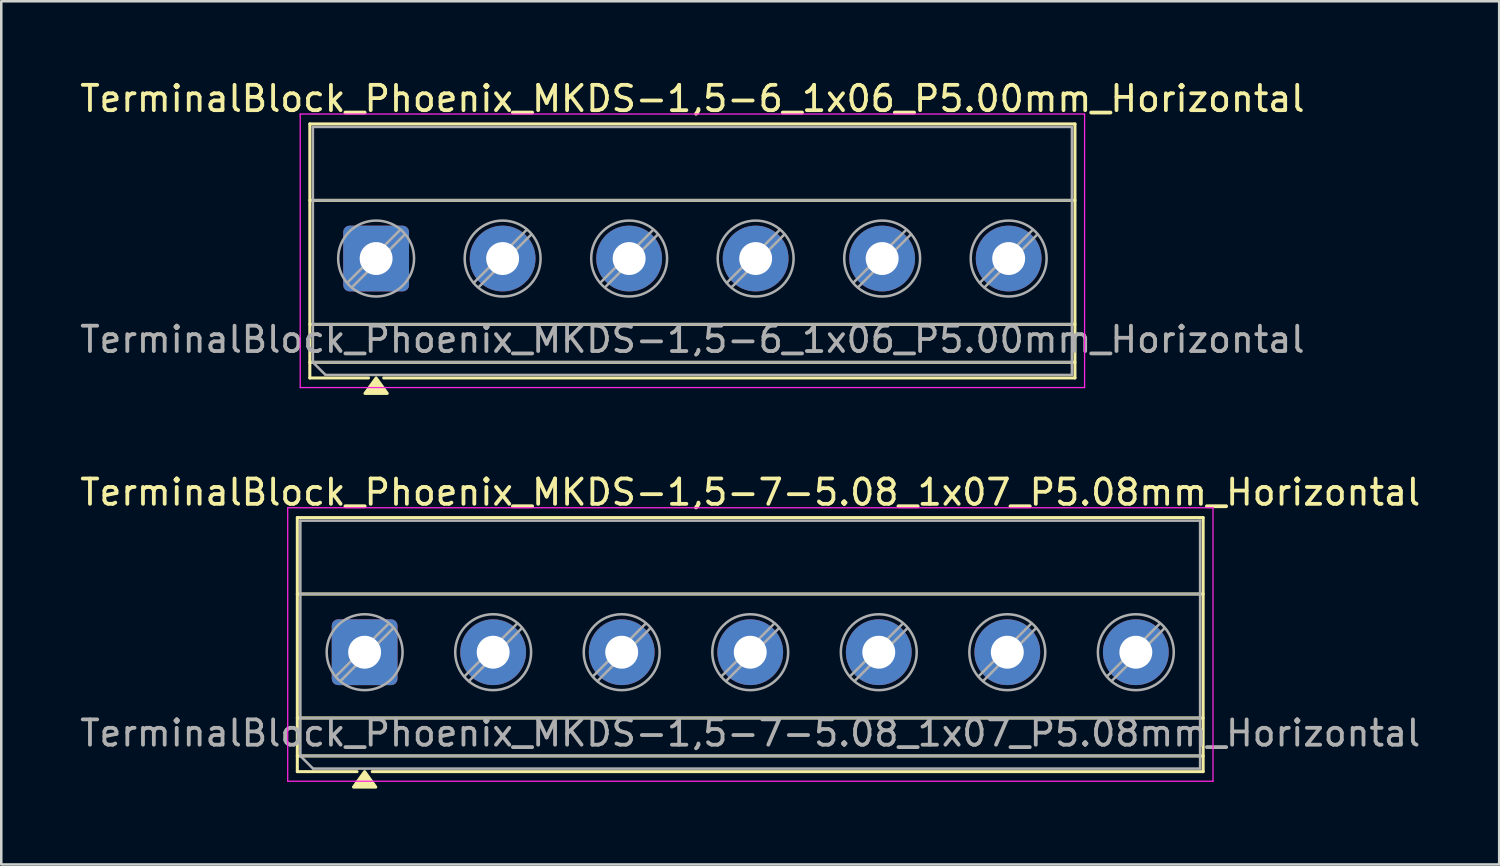
<source format=kicad_pcb>
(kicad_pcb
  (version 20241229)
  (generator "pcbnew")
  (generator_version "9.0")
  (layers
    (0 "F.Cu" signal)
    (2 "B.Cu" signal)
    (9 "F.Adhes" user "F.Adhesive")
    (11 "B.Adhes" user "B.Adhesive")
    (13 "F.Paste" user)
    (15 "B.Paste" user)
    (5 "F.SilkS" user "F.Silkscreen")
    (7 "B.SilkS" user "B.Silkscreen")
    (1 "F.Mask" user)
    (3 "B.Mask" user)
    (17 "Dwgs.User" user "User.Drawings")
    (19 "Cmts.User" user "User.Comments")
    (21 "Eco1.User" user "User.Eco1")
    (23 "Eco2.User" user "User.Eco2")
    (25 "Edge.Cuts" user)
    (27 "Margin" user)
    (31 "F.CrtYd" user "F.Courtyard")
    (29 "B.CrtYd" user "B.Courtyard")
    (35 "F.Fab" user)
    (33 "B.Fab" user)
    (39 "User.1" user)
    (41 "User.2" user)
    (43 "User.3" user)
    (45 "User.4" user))
  (footprint "TerminalBlock_Phoenix_MKDS-1,5-7-5.08_1x07_P5.08mm_Horizontal"
    (layer "F.Cu")
    (at 11.361 22.727)
    (property "Reference" "TerminalBlock_Phoenix_MKDS-1,5-7-5.08_1x07_P5.08mm_Horizontal" (at 15.24 -6.32 0) (layer "F.SilkS") (effects (font (size 1 1) (thickness 0.15))))
    (attr through_hole)
    (fp_line (start -2.66 -5.32) (end 33.14 -5.32) (stroke (width 0.12) (type solid)) (layer "F.SilkS"))
    (fp_line (start -2.66 -2.3) (end 33.14 -2.3) (stroke (width 0.12) (type solid)) (layer "F.SilkS"))
    (fp_line (start -2.66 2.6) (end 33.14 2.6) (stroke (width 0.12) (type solid)) (layer "F.SilkS"))
    (fp_line (start -2.66 4.1) (end 33.14 4.1) (stroke (width 0.12) (type solid)) (layer "F.SilkS"))
    (fp_line (start -2.66 4.72) (end -2.66 -5.32) (stroke (width 0.12) (type solid)) (layer "F.SilkS"))
    (fp_line (start -0.3 4.72) (end -2.66 4.72) (stroke (width 0.12) (type solid)) (layer "F.SilkS"))
    (fp_line (start 33.14 -5.32) (end 33.14 4.72) (stroke (width 0.12) (type solid)) (layer "F.SilkS"))
    (fp_line (start 33.14 4.72) (end 0.3 4.72) (stroke (width 0.12) (type solid)) (layer "F.SilkS"))
    (fp_poly (pts (xy 0 4.72) (xy 0.44 5.33) (xy -0.44 5.33)) (stroke (width 0.12) (type solid)) (fill yes) (layer "F.SilkS"))
    (fp_line (start -3.04 -5.71) (end -3.04 5.1) (stroke (width 0.05) (type solid)) (layer "F.CrtYd"))
    (fp_line (start -3.04 5.1) (end 33.53 5.1) (stroke (width 0.05) (type solid)) (layer "F.CrtYd"))
    (fp_line (start 33.53 -5.71) (end -3.04 -5.71) (stroke (width 0.05) (type solid)) (layer "F.CrtYd"))
    (fp_line (start 33.53 5.1) (end 33.53 -5.71) (stroke (width 0.05) (type solid)) (layer "F.CrtYd"))
    (fp_line (start -2.54 -5.2) (end 33.02 -5.2) (stroke (width 0.1) (type solid)) (layer "F.Fab"))
    (fp_line (start -2.54 -2.3) (end 33.02 -2.3) (stroke (width 0.1) (type solid)) (layer "F.Fab"))
    (fp_line (start -2.54 2.6) (end 33.02 2.6) (stroke (width 0.1) (type solid)) (layer "F.Fab"))
    (fp_line (start -2.54 4.1) (end -2.54 -5.2) (stroke (width 0.1) (type solid)) (layer "F.Fab"))
    (fp_line (start -2.54 4.1) (end 33.02 4.1) (stroke (width 0.1) (type solid)) (layer "F.Fab"))
    (fp_line (start -2.04 4.6) (end -2.54 4.1) (stroke (width 0.1) (type solid)) (layer "F.Fab"))
    (fp_line (start 0.955 -1.138) (end -1.138 0.955) (stroke (width 0.1) (type solid)) (layer "F.Fab"))
    (fp_line (start 1.138 -0.955) (end -0.955 1.138) (stroke (width 0.1) (type solid)) (layer "F.Fab"))
    (fp_line (start 6.035 -1.138) (end 3.942 0.955) (stroke (width 0.1) (type solid)) (layer "F.Fab"))
    (fp_line (start 6.218 -0.955) (end 4.125 1.138) (stroke (width 0.1) (type solid)) (layer "F.Fab"))
    (fp_line (start 11.115 -1.138) (end 9.022 0.955) (stroke (width 0.1) (type solid)) (layer "F.Fab"))
    (fp_line (start 11.298 -0.955) (end 9.205 1.138) (stroke (width 0.1) (type solid)) (layer "F.Fab"))
    (fp_line (start 16.195 -1.138) (end 14.102 0.955) (stroke (width 0.1) (type solid)) (layer "F.Fab"))
    (fp_line (start 16.378 -0.955) (end 14.285 1.138) (stroke (width 0.1) (type solid)) (layer "F.Fab"))
    (fp_line (start 21.275 -1.138) (end 19.182 0.955) (stroke (width 0.1) (type solid)) (layer "F.Fab"))
    (fp_line (start 21.458 -0.955) (end 19.365 1.138) (stroke (width 0.1) (type solid)) (layer "F.Fab"))
    (fp_line (start 26.355 -1.138) (end 24.262 0.955) (stroke (width 0.1) (type solid)) (layer "F.Fab"))
    (fp_line (start 26.538 -0.955) (end 24.445 1.138) (stroke (width 0.1) (type solid)) (layer "F.Fab"))
    (fp_line (start 31.435 -1.138) (end 29.342 0.955) (stroke (width 0.1) (type solid)) (layer "F.Fab"))
    (fp_line (start 31.618 -0.955) (end 29.525 1.138) (stroke (width 0.1) (type solid)) (layer "F.Fab"))
    (fp_line (start 33.02 -5.2) (end 33.02 4.6) (stroke (width 0.1) (type solid)) (layer "F.Fab"))
    (fp_line (start 33.02 4.6) (end -2.04 4.6) (stroke (width 0.1) (type solid)) (layer "F.Fab"))
    (fp_circle (center 0 0) (end 1.5 0) (stroke (width 0.1) (type solid)) (fill no) (layer "F.Fab"))
    (fp_circle (center 5.08 0) (end 6.58 0) (stroke (width 0.1) (type solid)) (fill no) (layer "F.Fab"))
    (fp_circle (center 10.16 0) (end 11.66 0) (stroke (width 0.1) (type solid)) (fill no) (layer "F.Fab"))
    (fp_circle (center 15.24 0) (end 16.74 0) (stroke (width 0.1) (type solid)) (fill no) (layer "F.Fab"))
    (fp_circle (center 20.32 0) (end 21.82 0) (stroke (width 0.1) (type solid)) (fill no) (layer "F.Fab"))
    (fp_circle (center 25.4 0) (end 26.9 0) (stroke (width 0.1) (type solid)) (fill no) (layer "F.Fab"))
    (fp_circle (center 30.48 0) (end 31.98 0) (stroke (width 0.1) (type solid)) (fill no) (layer "F.Fab"))
    (fp_text user "${REFERENCE}" (at 15.24 3.2 0) (layer "F.Fab") (effects (font (size 1 1) (thickness 0.15))))
    (pad "1" thru_hole roundrect (at 0 0) (size 2.6 2.6) (drill 1.3) (layers "*.Cu" "*.Mask") (roundrect_rratio 0.096))
    (pad "2" thru_hole circle (at 5.08 0) (size 2.6 2.6) (drill 1.3) (layers "*.Cu" "*.Mask"))
    (pad "3" thru_hole circle (at 10.16 0) (size 2.6 2.6) (drill 1.3) (layers "*.Cu" "*.Mask"))
    (pad "4" thru_hole circle (at 15.24 0) (size 2.6 2.6) (drill 1.3) (layers "*.Cu" "*.Mask"))
    (pad "5" thru_hole circle (at 20.32 0) (size 2.6 2.6) (drill 1.3) (layers "*.Cu" "*.Mask"))
    (pad "6" thru_hole circle (at 25.4 0) (size 2.6 2.6) (drill 1.3) (layers "*.Cu" "*.Mask"))
    (pad "7" thru_hole circle (at 30.48 0) (size 2.6 2.6) (drill 1.3) (layers "*.Cu" "*.Mask")))
  (footprint "TerminalBlock_Phoenix_MKDS-1,5-6_1x06_P5.00mm_Horizontal"
    (layer "F.Cu")
    (at 11.815 7.168)
    (property "Reference" "TerminalBlock_Phoenix_MKDS-1,5-6_1x06_P5.00mm_Horizontal" (at 12.5 -6.32 0) (layer "F.SilkS") (effects (font (size 1 1) (thickness 0.15))))
    (attr through_hole)
    (fp_line (start -2.62 -5.32) (end 27.62 -5.32) (stroke (width 0.12) (type solid)) (layer "F.SilkS"))
    (fp_line (start -2.62 -2.3) (end 27.62 -2.3) (stroke (width 0.12) (type solid)) (layer "F.SilkS"))
    (fp_line (start -2.62 2.6) (end 27.62 2.6) (stroke (width 0.12) (type solid)) (layer "F.SilkS"))
    (fp_line (start -2.62 4.1) (end 27.62 4.1) (stroke (width 0.12) (type solid)) (layer "F.SilkS"))
    (fp_line (start -2.62 4.72) (end -2.62 -5.32) (stroke (width 0.12) (type solid)) (layer "F.SilkS"))
    (fp_line (start -0.3 4.72) (end -2.62 4.72) (stroke (width 0.12) (type solid)) (layer "F.SilkS"))
    (fp_line (start 27.62 -5.32) (end 27.62 4.72) (stroke (width 0.12) (type solid)) (layer "F.SilkS"))
    (fp_line (start 27.62 4.72) (end 0.3 4.72) (stroke (width 0.12) (type solid)) (layer "F.SilkS"))
    (fp_poly (pts (xy 0 4.72) (xy 0.44 5.33) (xy -0.44 5.33)) (stroke (width 0.12) (type solid)) (fill yes) (layer "F.SilkS"))
    (fp_line (start -3 -5.71) (end -3 5.1) (stroke (width 0.05) (type solid)) (layer "F.CrtYd"))
    (fp_line (start -3 5.1) (end 28 5.1) (stroke (width 0.05) (type solid)) (layer "F.CrtYd"))
    (fp_line (start 28 -5.71) (end -3 -5.71) (stroke (width 0.05) (type solid)) (layer "F.CrtYd"))
    (fp_line (start 28 5.1) (end 28 -5.71) (stroke (width 0.05) (type solid)) (layer "F.CrtYd"))
    (fp_line (start -2.5 -5.2) (end 27.5 -5.2) (stroke (width 0.1) (type solid)) (layer "F.Fab"))
    (fp_line (start -2.5 -2.3) (end 27.5 -2.3) (stroke (width 0.1) (type solid)) (layer "F.Fab"))
    (fp_line (start -2.5 2.6) (end 27.5 2.6) (stroke (width 0.1) (type solid)) (layer "F.Fab"))
    (fp_line (start -2.5 4.1) (end -2.5 -5.2) (stroke (width 0.1) (type solid)) (layer "F.Fab"))
    (fp_line (start -2.5 4.1) (end 27.5 4.1) (stroke (width 0.1) (type solid)) (layer "F.Fab"))
    (fp_line (start -2 4.6) (end -2.5 4.1) (stroke (width 0.1) (type solid)) (layer "F.Fab"))
    (fp_line (start 0.955 -1.138) (end -1.138 0.955) (stroke (width 0.1) (type solid)) (layer "F.Fab"))
    (fp_line (start 1.138 -0.955) (end -0.955 1.138) (stroke (width 0.1) (type solid)) (layer "F.Fab"))
    (fp_line (start 5.955 -1.138) (end 3.862 0.955) (stroke (width 0.1) (type solid)) (layer "F.Fab"))
    (fp_line (start 6.138 -0.955) (end 4.045 1.138) (stroke (width 0.1) (type solid)) (layer "F.Fab"))
    (fp_line (start 10.955 -1.138) (end 8.862 0.955) (stroke (width 0.1) (type solid)) (layer "F.Fab"))
    (fp_line (start 11.138 -0.955) (end 9.045 1.138) (stroke (width 0.1) (type solid)) (layer "F.Fab"))
    (fp_line (start 15.955 -1.138) (end 13.862 0.955) (stroke (width 0.1) (type solid)) (layer "F.Fab"))
    (fp_line (start 16.138 -0.955) (end 14.045 1.138) (stroke (width 0.1) (type solid)) (layer "F.Fab"))
    (fp_line (start 20.955 -1.138) (end 18.862 0.955) (stroke (width 0.1) (type solid)) (layer "F.Fab"))
    (fp_line (start 21.138 -0.955) (end 19.045 1.138) (stroke (width 0.1) (type solid)) (layer "F.Fab"))
    (fp_line (start 25.955 -1.138) (end 23.862 0.955) (stroke (width 0.1) (type solid)) (layer "F.Fab"))
    (fp_line (start 26.138 -0.955) (end 24.045 1.138) (stroke (width 0.1) (type solid)) (layer "F.Fab"))
    (fp_line (start 27.5 -5.2) (end 27.5 4.6) (stroke (width 0.1) (type solid)) (layer "F.Fab"))
    (fp_line (start 27.5 4.6) (end -2 4.6) (stroke (width 0.1) (type solid)) (layer "F.Fab"))
    (fp_circle (center 0 0) (end 1.5 0) (stroke (width 0.1) (type solid)) (fill no) (layer "F.Fab"))
    (fp_circle (center 5 0) (end 6.5 0) (stroke (width 0.1) (type solid)) (fill no) (layer "F.Fab"))
    (fp_circle (center 10 0) (end 11.5 0) (stroke (width 0.1) (type solid)) (fill no) (layer "F.Fab"))
    (fp_circle (center 15 0) (end 16.5 0) (stroke (width 0.1) (type solid)) (fill no) (layer "F.Fab"))
    (fp_circle (center 20 0) (end 21.5 0) (stroke (width 0.1) (type solid)) (fill no) (layer "F.Fab"))
    (fp_circle (center 25 0) (end 26.5 0) (stroke (width 0.1) (type solid)) (fill no) (layer "F.Fab"))
    (fp_text user "${REFERENCE}" (at 12.5 3.2 0) (layer "F.Fab") (effects (font (size 1 1) (thickness 0.15))))
    (pad "1" thru_hole roundrect (at 0 0) (size 2.6 2.6) (drill 1.3) (layers "*.Cu" "*.Mask") (roundrect_rratio 0.096))
    (pad "2" thru_hole circle (at 5 0) (size 2.6 2.6) (drill 1.3) (layers "*.Cu" "*.Mask"))
    (pad "3" thru_hole circle (at 10 0) (size 2.6 2.6) (drill 1.3) (layers "*.Cu" "*.Mask"))
    (pad "4" thru_hole circle (at 15 0) (size 2.6 2.6) (drill 1.3) (layers "*.Cu" "*.Mask"))
    (pad "5" thru_hole circle (at 20 0) (size 2.6 2.6) (drill 1.3) (layers "*.Cu" "*.Mask"))
    (pad "6" thru_hole circle (at 25 0) (size 2.6 2.6) (drill 1.3) (layers "*.Cu" "*.Mask")))
  (gr_rect
    (start -3 -3)
    (end 56.202 31.116)
    (stroke (width 0.1) (type default))
    (fill no)
    (layer "Edge.Cuts")))
</source>
